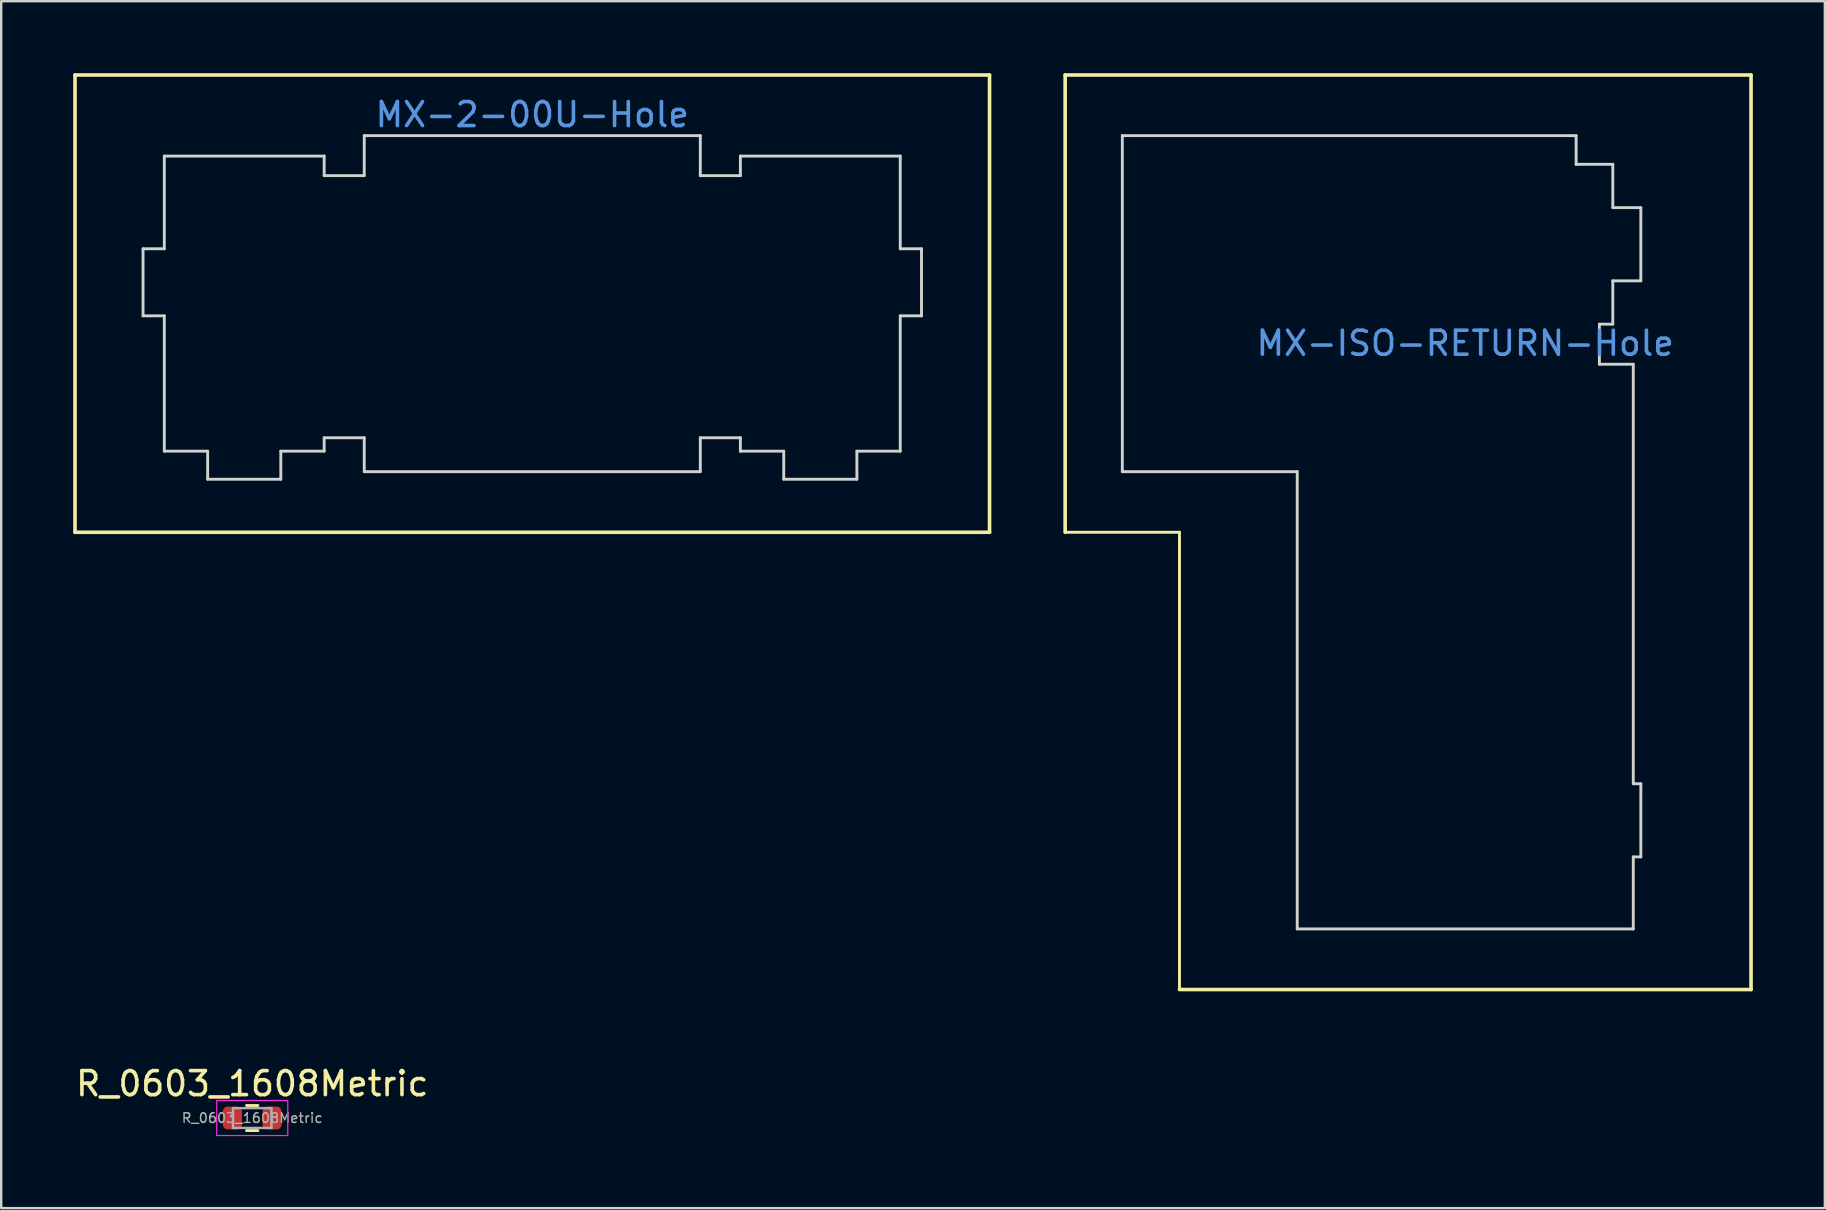
<source format=kicad_pcb>
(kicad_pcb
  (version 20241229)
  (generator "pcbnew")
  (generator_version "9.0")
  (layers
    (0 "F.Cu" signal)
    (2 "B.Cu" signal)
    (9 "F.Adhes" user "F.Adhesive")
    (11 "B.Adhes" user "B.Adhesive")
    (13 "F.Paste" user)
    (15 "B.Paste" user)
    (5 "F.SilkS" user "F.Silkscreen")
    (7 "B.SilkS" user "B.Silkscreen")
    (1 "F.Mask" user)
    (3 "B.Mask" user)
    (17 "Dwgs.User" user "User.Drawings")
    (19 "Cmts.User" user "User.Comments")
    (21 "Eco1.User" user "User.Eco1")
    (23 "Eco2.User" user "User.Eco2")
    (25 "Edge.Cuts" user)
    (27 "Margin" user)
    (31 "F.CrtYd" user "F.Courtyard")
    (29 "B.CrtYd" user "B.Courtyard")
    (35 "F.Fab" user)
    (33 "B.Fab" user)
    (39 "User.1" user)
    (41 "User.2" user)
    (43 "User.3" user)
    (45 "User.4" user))
  (footprint "R_0603_1608Metric"
    (layer "F.Cu")
    (at 7.458 43.528)
    (property "Reference" "R_0603_1608Metric" (at 0 -1.43 0) (layer "F.SilkS") (effects (font (size 1 1) (thickness 0.15))))
    (attr smd)
    (fp_line (start -0.237 -0.522) (end 0.237 -0.522) (stroke (width 0.12) (type solid)) (layer "F.SilkS"))
    (fp_line (start -0.237 0.522) (end 0.237 0.522) (stroke (width 0.12) (type solid)) (layer "F.SilkS"))
    (fp_line (start -1.48 -0.73) (end 1.48 -0.73) (stroke (width 0.05) (type solid)) (layer "F.CrtYd"))
    (fp_line (start -1.48 0.73) (end -1.48 -0.73) (stroke (width 0.05) (type solid)) (layer "F.CrtYd"))
    (fp_line (start 1.48 -0.73) (end 1.48 0.73) (stroke (width 0.05) (type solid)) (layer "F.CrtYd"))
    (fp_line (start 1.48 0.73) (end -1.48 0.73) (stroke (width 0.05) (type solid)) (layer "F.CrtYd"))
    (fp_line (start -0.8 -0.412) (end 0.8 -0.412) (stroke (width 0.1) (type solid)) (layer "F.Fab"))
    (fp_line (start -0.8 0.412) (end -0.8 -0.412) (stroke (width 0.1) (type solid)) (layer "F.Fab"))
    (fp_line (start 0.8 -0.412) (end 0.8 0.412) (stroke (width 0.1) (type solid)) (layer "F.Fab"))
    (fp_line (start 0.8 0.412) (end -0.8 0.412) (stroke (width 0.1) (type solid)) (layer "F.Fab"))
    (fp_text user "${REFERENCE}" (at 0 0 0) (layer "F.Fab") (effects (font (size 0.4 0.4) (thickness 0.06))))
    (pad "1" smd roundrect (at -0.825 0) (size 0.8 0.95) (layers "F.Cu" "F.Mask" "F.Paste") (roundrect_rratio 0.25))
    (pad "2" smd roundrect (at 0.825 0) (size 0.8 0.95) (layers "F.Cu" "F.Mask" "F.Paste") (roundrect_rratio 0.25)))
  (footprint "MX-ISO-RETURN-Hole"
    (layer "F.Cu")
    (at 57.994 19.125)
    (property "Reference" "MX-ISO-RETURN-Hole" (at 0 -7.874 0) (layer "Cmts.User") (effects (font (size 1 1) (thickness 0.15))))
    (attr through_hole)
    (fp_line (start -16.669 -19.05) (end 11.906 -19.05) (stroke (width 0.15) (type solid)) (layer "F.SilkS"))
    (fp_line (start -16.669 0) (end -16.669 -19.05) (stroke (width 0.15) (type solid)) (layer "F.SilkS"))
    (fp_line (start -11.906 0) (end -16.669 0) (stroke (width 0.12) (type solid)) (layer "F.SilkS"))
    (fp_line (start -11.906 19.05) (end -11.906 0) (stroke (width 0.12) (type solid)) (layer "F.SilkS"))
    (fp_line (start 11.906 -19.05) (end 11.906 19.05) (stroke (width 0.15) (type solid)) (layer "F.SilkS"))
    (fp_line (start 11.906 19.05) (end -11.906 19.05) (stroke (width 0.15) (type solid)) (layer "F.SilkS"))
    (fp_line (start -14.287 -16.525) (end 4.619 -16.525) (stroke (width 0.12) (type solid)) (layer "Edge.Cuts"))
    (fp_line (start -14.287 -2.525) (end -14.287 -16.525) (stroke (width 0.12) (type solid)) (layer "Edge.Cuts"))
    (fp_line (start -7 -2.525) (end -14.287 -2.525) (stroke (width 0.12) (type solid)) (layer "Edge.Cuts"))
    (fp_line (start -7 16.525) (end -7 -2.525) (stroke (width 0.12) (type solid)) (layer "Edge.Cuts"))
    (fp_line (start 4.619 -16.525) (end 4.619 -15.33) (stroke (width 0.12) (type solid)) (layer "Edge.Cuts"))
    (fp_line (start 4.619 -15.33) (end 6.147 -15.33) (stroke (width 0.12) (type solid)) (layer "Edge.Cuts"))
    (fp_line (start 5.588 -8.67) (end 5.588 -7) (stroke (width 0.12) (type solid)) (layer "Edge.Cuts"))
    (fp_line (start 6.147 -13.524) (end 6.147 -15.33) (stroke (width 0.12) (type solid)) (layer "Edge.Cuts"))
    (fp_line (start 6.147 -13.524) (end 7.315 -13.524) (stroke (width 0.12) (type solid)) (layer "Edge.Cuts"))
    (fp_line (start 6.147 -10.476) (end 7.315 -10.476) (stroke (width 0.12) (type solid)) (layer "Edge.Cuts"))
    (fp_line (start 6.147 -8.67) (end 5.588 -8.67) (stroke (width 0.12) (type solid)) (layer "Edge.Cuts"))
    (fp_line (start 6.147 -8.67) (end 6.147 -10.476) (stroke (width 0.12) (type solid)) (layer "Edge.Cuts"))
    (fp_line (start 7 -7) (end 5.588 -7) (stroke (width 0.12) (type solid)) (layer "Edge.Cuts"))
    (fp_line (start 7 10.476) (end 7 -7) (stroke (width 0.12) (type solid)) (layer "Edge.Cuts"))
    (fp_line (start 7 10.476) (end 7.315 10.476) (stroke (width 0.12) (type solid)) (layer "Edge.Cuts"))
    (fp_line (start 7 13.524) (end 7 16.525) (stroke (width 0.12) (type solid)) (layer "Edge.Cuts"))
    (fp_line (start 7 13.524) (end 7.315 13.524) (stroke (width 0.12) (type solid)) (layer "Edge.Cuts"))
    (fp_line (start 7 16.525) (end -7 16.525) (stroke (width 0.12) (type solid)) (layer "Edge.Cuts"))
    (fp_line (start 7.315 -10.476) (end 7.315 -13.524) (stroke (width 0.12) (type solid)) (layer "Edge.Cuts"))
    (fp_line (start 7.315 10.476) (end 7.315 13.524) (stroke (width 0.12) (type solid)) (layer "Edge.Cuts")))
  (footprint "MX-2-00U-Hole"
    (layer "F.Cu")
    (at 19.125 9.6)
    (property "Reference" "MX-2-00U-Hole" (at 0 -7.874 0) (layer "Cmts.User") (effects (font (size 1 1) (thickness 0.15))))
    (attr through_hole)
    (fp_line (start -19.05 -9.525) (end 19.05 -9.525) (stroke (width 0.15) (type solid)) (layer "F.SilkS"))
    (fp_line (start -19.05 9.525) (end -19.05 -9.525) (stroke (width 0.15) (type solid)) (layer "F.SilkS"))
    (fp_line (start 19.05 -9.525) (end 19.05 9.525) (stroke (width 0.15) (type solid)) (layer "F.SilkS"))
    (fp_line (start 19.05 9.525) (end -19.05 9.525) (stroke (width 0.15) (type solid)) (layer "F.SilkS"))
    (fp_line (start -16.216 -2.286) (end -16.216 0.508) (stroke (width 0.12) (type solid)) (layer "Edge.Cuts"))
    (fp_line (start -15.33 -6.147) (end -15.33 -2.286) (stroke (width 0.12) (type solid)) (layer "Edge.Cuts"))
    (fp_line (start -15.33 -2.286) (end -16.216 -2.286) (stroke (width 0.12) (type solid)) (layer "Edge.Cuts"))
    (fp_line (start -15.33 0.508) (end -16.216 0.508) (stroke (width 0.12) (type solid)) (layer "Edge.Cuts"))
    (fp_line (start -15.33 0.508) (end -15.33 6.147) (stroke (width 0.12) (type solid)) (layer "Edge.Cuts"))
    (fp_line (start -13.524 6.147) (end -15.33 6.147) (stroke (width 0.12) (type solid)) (layer "Edge.Cuts"))
    (fp_line (start -13.524 6.147) (end -13.524 7.315) (stroke (width 0.12) (type solid)) (layer "Edge.Cuts"))
    (fp_line (start -10.476 6.147) (end -10.476 7.315) (stroke (width 0.12) (type solid)) (layer "Edge.Cuts"))
    (fp_line (start -10.476 7.315) (end -13.524 7.315) (stroke (width 0.12) (type solid)) (layer "Edge.Cuts"))
    (fp_line (start -8.67 -6.147) (end -15.33 -6.147) (stroke (width 0.12) (type solid)) (layer "Edge.Cuts"))
    (fp_line (start -8.67 -6.147) (end -8.67 -5.334) (stroke (width 0.12) (type solid)) (layer "Edge.Cuts"))
    (fp_line (start -8.67 -5.334) (end -7 -5.334) (stroke (width 0.12) (type solid)) (layer "Edge.Cuts"))
    (fp_line (start -8.67 5.588) (end -7 5.588) (stroke (width 0.12) (type solid)) (layer "Edge.Cuts"))
    (fp_line (start -8.67 6.147) (end -10.476 6.147) (stroke (width 0.12) (type solid)) (layer "Edge.Cuts"))
    (fp_line (start -8.67 6.147) (end -8.67 5.588) (stroke (width 0.12) (type solid)) (layer "Edge.Cuts"))
    (fp_line (start -7 -7) (end -7 -5.334) (stroke (width 0.12) (type solid)) (layer "Edge.Cuts"))
    (fp_line (start -7 -7) (end 7 -7) (stroke (width 0.12) (type solid)) (layer "Edge.Cuts"))
    (fp_line (start -7 7) (end -7 5.588) (stroke (width 0.12) (type solid)) (layer "Edge.Cuts"))
    (fp_line (start -7 7) (end 7 7) (stroke (width 0.12) (type solid)) (layer "Edge.Cuts"))
    (fp_line (start 7 -7) (end 7 -5.334) (stroke (width 0.12) (type solid)) (layer "Edge.Cuts"))
    (fp_line (start 7 7) (end 7 5.588) (stroke (width 0.12) (type solid)) (layer "Edge.Cuts"))
    (fp_line (start 8.67 -6.147) (end 8.67 -5.334) (stroke (width 0.12) (type solid)) (layer "Edge.Cuts"))
    (fp_line (start 8.67 -6.147) (end 15.33 -6.147) (stroke (width 0.12) (type solid)) (layer "Edge.Cuts"))
    (fp_line (start 8.67 -5.334) (end 7 -5.334) (stroke (width 0.12) (type solid)) (layer "Edge.Cuts"))
    (fp_line (start 8.67 5.588) (end 7 5.588) (stroke (width 0.12) (type solid)) (layer "Edge.Cuts"))
    (fp_line (start 8.67 6.147) (end 8.67 5.588) (stroke (width 0.12) (type solid)) (layer "Edge.Cuts"))
    (fp_line (start 8.67 6.147) (end 10.476 6.147) (stroke (width 0.12) (type solid)) (layer "Edge.Cuts"))
    (fp_line (start 10.476 6.147) (end 10.476 7.315) (stroke (width 0.12) (type solid)) (layer "Edge.Cuts"))
    (fp_line (start 10.476 7.315) (end 13.524 7.315) (stroke (width 0.12) (type solid)) (layer "Edge.Cuts"))
    (fp_line (start 13.524 6.147) (end 13.524 7.315) (stroke (width 0.12) (type solid)) (layer "Edge.Cuts"))
    (fp_line (start 13.524 6.147) (end 15.33 6.147) (stroke (width 0.12) (type solid)) (layer "Edge.Cuts"))
    (fp_line (start 15.33 -6.147) (end 15.33 -2.286) (stroke (width 0.12) (type solid)) (layer "Edge.Cuts"))
    (fp_line (start 15.33 -2.286) (end 16.216 -2.286) (stroke (width 0.12) (type solid)) (layer "Edge.Cuts"))
    (fp_line (start 15.33 0.508) (end 15.33 6.147) (stroke (width 0.12) (type solid)) (layer "Edge.Cuts"))
    (fp_line (start 15.33 0.508) (end 16.216 0.508) (stroke (width 0.12) (type solid)) (layer "Edge.Cuts"))
    (fp_line (start 16.216 -2.286) (end 16.216 0.508) (stroke (width 0.12) (type solid)) (layer "Edge.Cuts")))
  (gr_rect
    (start -3 -3)
    (end 72.975 47.283)
    (stroke (width 0.1) (type default))
    (fill no)
    (layer "Edge.Cuts")))
</source>
